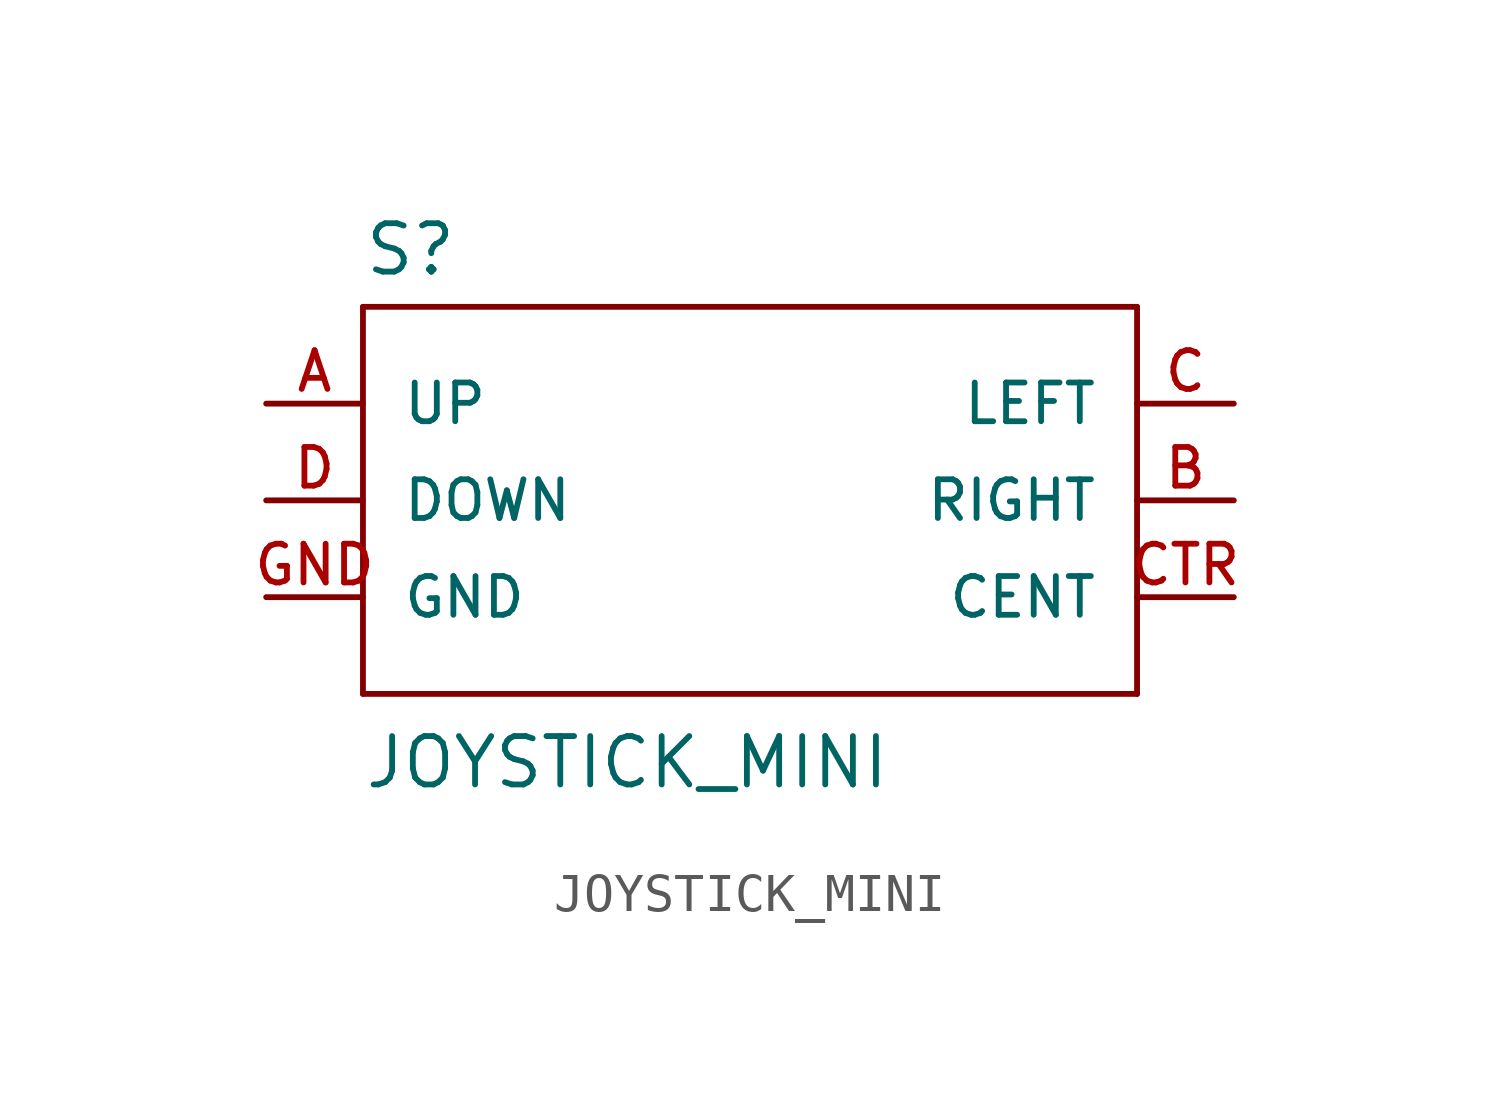
<source format=kicad_sym>
(kicad_symbol_lib
  (version 20211014)
  (generator kicad_symbol_editor)
  (symbol "JOYSTICK_MINI"
    (pin_names
      (offset 1.016))
    (property "Reference" "S"
      (at -10.16 5.842 0)
      (effects (font (size 1.27 1.27)) (justify left bottom)))
    (property "Value" "JOYSTICK_MINI"
      (at -10.16 -7.62 0)
      (effects (font (size 1.27 1.27)) (justify left bottom)))
    (property "ki_locked" ""
      (at 0 0 0)
      (effects (font (size 1.27 1.27))))
    (symbol "JOYSTICK_MINI_1_0"
      (polyline (pts (xy -10.16 -5.08) (xy -10.16 5.08)) (stroke (width 0) (type default) (color 0 0 0 0)) (fill (type none)))
      (polyline (pts (xy -10.16 5.08) (xy 10.16 5.08)) (stroke (width 0) (type default) (color 0 0 0 0)) (fill (type none)))
      (polyline (pts (xy 10.16 -5.08) (xy -10.16 -5.08)) (stroke (width 0) (type default) (color 0 0 0 0)) (fill (type none)))
      (polyline (pts (xy 10.16 5.08) (xy 10.16 -5.08)) (stroke (width 0) (type default) (color 0 0 0 0)) (fill (type none))))
    (symbol "JOYSTICK_MINI_1_1"
      (pin bidirectional line (at -12.7 2.54 0) (length 2.54) (name "UP" (effects (font (size 1.016 1.016)))) (number "A" (effects (font (size 1.016 1.016)))))
      (pin bidirectional line (at 12.7 0 180) (length 2.54) (name "RIGHT" (effects (font (size 1.016 1.016)))) (number "B" (effects (font (size 1.016 1.016)))))
      (pin bidirectional line (at 12.7 2.54 180) (length 2.54) (name "LEFT" (effects (font (size 1.016 1.016)))) (number "C" (effects (font (size 1.016 1.016)))))
      (pin bidirectional line (at 12.7 -2.54 180) (length 2.54) (name "CENT" (effects (font (size 1.016 1.016)))) (number "CTR" (effects (font (size 1.016 1.016)))))
      (pin bidirectional line (at -12.7 0 0) (length 2.54) (name "DOWN" (effects (font (size 1.016 1.016)))) (number "D" (effects (font (size 1.016 1.016)))))
      (pin bidirectional line (at -12.7 -2.54 0) (length 2.54) (name "GND" (effects (font (size 1.016 1.016)))) (number "GND" (effects (font (size 1.016 1.016))))))))
</source>
